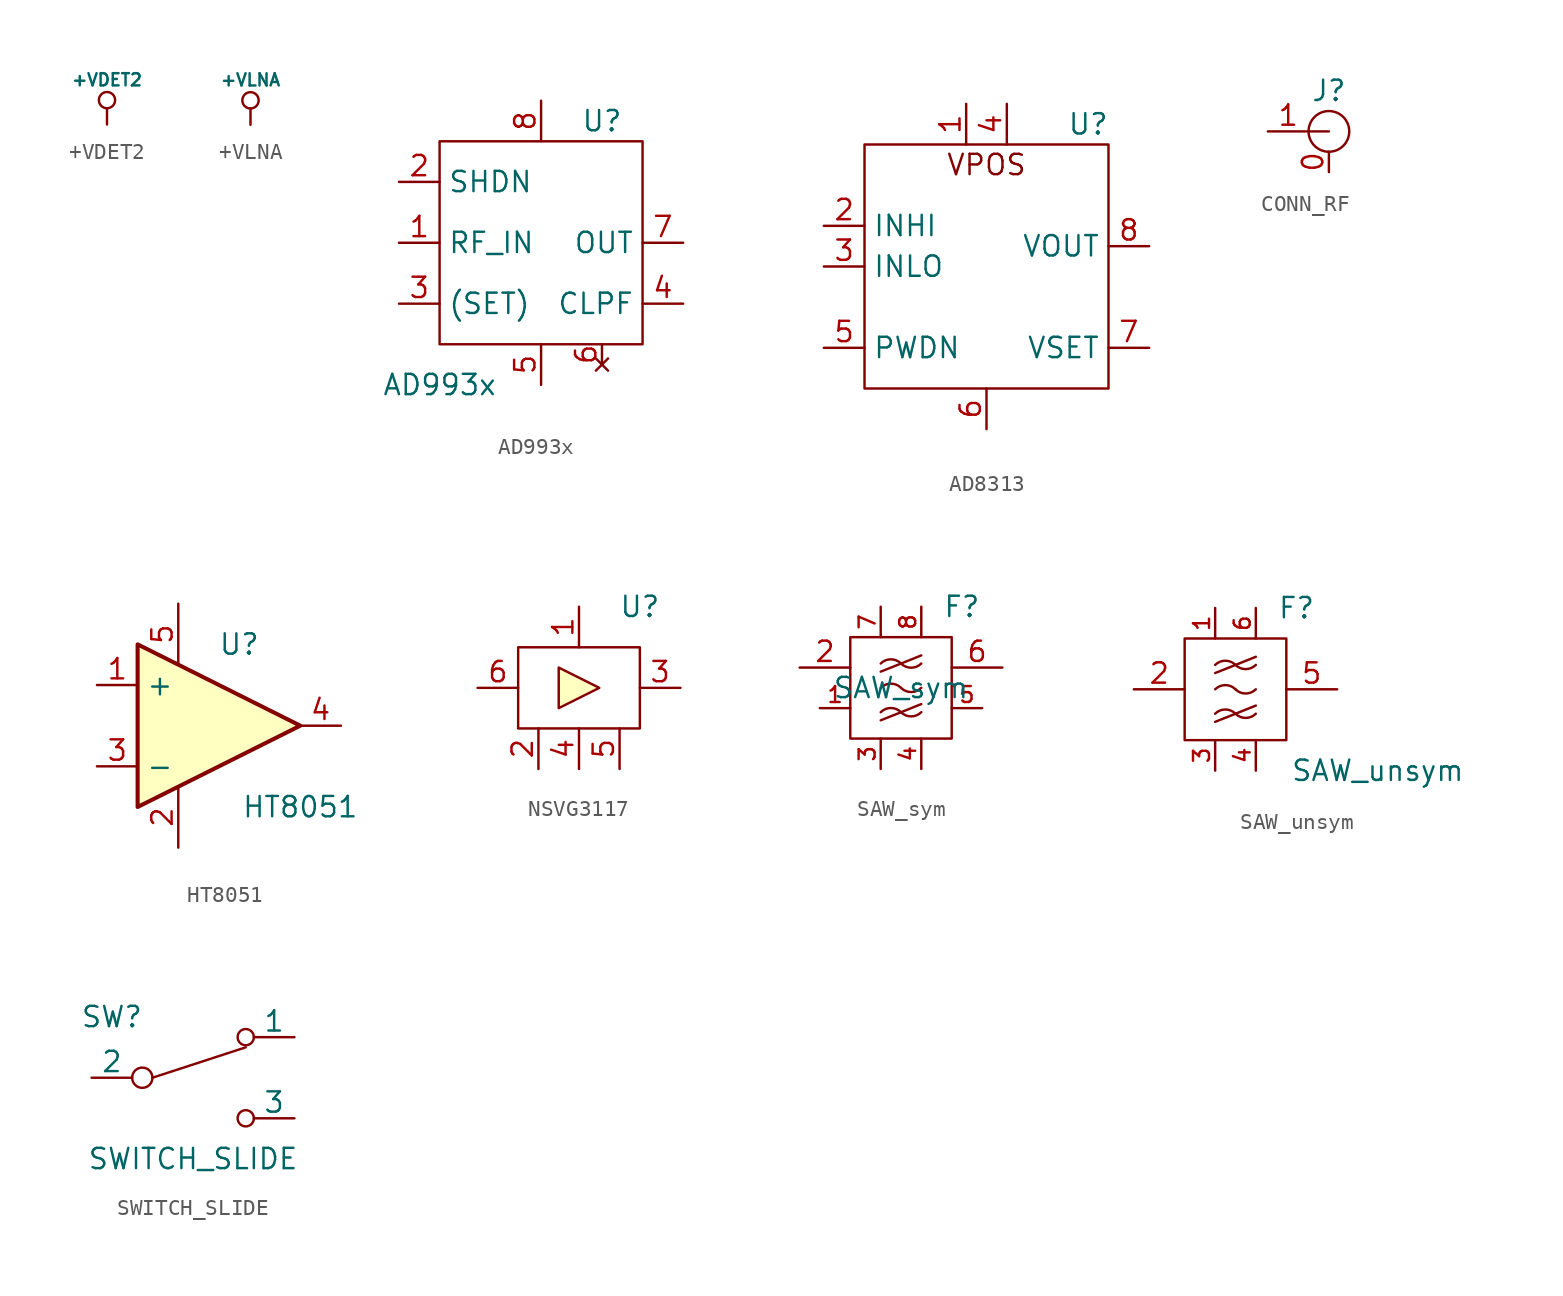
<source format=kicad_sym>
(kicad_symbol_lib
  (version 20220914)
  (generator kicad_symbol_editor)
  (symbol "+VDET2"
    (power)
    (pin_names
      (offset 0))
    (property "Reference" "#PWR"
      (at 0 -1.016 0)
      (effects (font (size 0.762 0.762)) hide))
    (property "Value" "+VDET2"
      (at 0 2.794 0)
      (effects (font (size 0.762 0.762))))
    (property "Footprint" ""
      (at 0 0 0)
      (effects (font (size 1.524 1.524))))
    (property "Datasheet" ""
      (at 0 0 0)
      (effects (font (size 1.524 1.524))))
    (symbol "+VDET2_0_0"
      (pin power_in line (at 0 0 90) (length 0) hide (name "+VDET2" (effects (font (size 0.762 0.762)))) (number "1" (effects (font (size 0.762 0.762))))))
    (symbol "+VDET2_0_1"
      (polyline (pts (xy 0 0) (xy 0 1.016) (xy 0 1.016)) (stroke (width 0) (type default)) (fill (type none)))
      (circle (center 0 1.524) (radius 0.508) (stroke (width 0) (type default)) (fill (type none)))))
  (symbol "+VLNA"
    (power)
    (pin_names
      (offset 0))
    (property "Reference" "#PWR"
      (at 0 -1.016 0)
      (effects (font (size 0.762 0.762)) hide))
    (property "Value" "+VLNA"
      (at 0 2.794 0)
      (effects (font (size 0.762 0.762))))
    (property "Footprint" ""
      (at 0 0 0)
      (effects (font (size 1.524 1.524))))
    (property "Datasheet" ""
      (at 0 0 0)
      (effects (font (size 1.524 1.524))))
    (symbol "+VLNA_0_0"
      (pin power_in line (at 0 0 90) (length 0) hide (name "+VLNA" (effects (font (size 0.762 0.762)))) (number "1" (effects (font (size 0.762 0.762))))))
    (symbol "+VLNA_0_1"
      (polyline (pts (xy 0 0) (xy 0 1.016) (xy 0 1.016)) (stroke (width 0) (type default)) (fill (type none)))
      (circle (center 0 1.524) (radius 0.508) (stroke (width 0) (type default)) (fill (type none)))))
  (symbol "AD993x"
    (property "Reference" "U"
      (at 3.81 7.62 0)
      (effects (font (size 1.27 1.27))))
    (property "Value" "AD993x"
      (at -6.35 -8.89 0)
      (effects (font (size 1.27 1.27))))
    (symbol "AD993x_0_1"
      (rectangle (start -6.35 6.35) (end 6.35 -6.35) (stroke (width 0) (type default)) (fill (type none))))
    (symbol "AD993x_1_1"
      (pin input line (at -8.89 0 0) (length 2.54) (name "RF_IN" (effects (font (size 1.27 1.27)))) (number "1" (effects (font (size 1.27 1.27)))))
      (pin input line (at -8.89 3.81 0) (length 2.54) (name "SHDN" (effects (font (size 1.27 1.27)))) (number "2" (effects (font (size 1.27 1.27)))))
      (pin input line (at -8.89 -3.81 0) (length 2.54) (name "(SET)" (effects (font (size 1.27 1.27)))) (number "3" (effects (font (size 1.27 1.27)))))
      (pin input line (at 8.89 -3.81 180) (length 2.54) (name "CLPF" (effects (font (size 1.27 1.27)))) (number "4" (effects (font (size 1.27 1.27)))))
      (pin power_in line (at 0 -8.89 90) (length 2.54) (name "~" (effects (font (size 1.27 1.27)))) (number "5" (effects (font (size 1.27 1.27)))))
      (pin no_connect line (at 3.81 -7.62 90) (length 1.27) (name "~" (effects (font (size 1.27 1.27)))) (number "6" (effects (font (size 1.27 1.27)))))
      (pin output line (at 8.89 0 180) (length 2.54) (name "OUT" (effects (font (size 1.27 1.27)))) (number "7" (effects (font (size 1.27 1.27)))))
      (pin power_in line (at 0 8.89 270) (length 2.54) (name "~" (effects (font (size 1.27 1.27)))) (number "8" (effects (font (size 1.27 1.27)))))))
  (symbol "AD8313"
    (property "Reference" "U"
      (at 6.35 8.89 0)
      (effects (font (size 1.27 1.27))))
    (property "Value" ""
      (at 0 0 0)
      (effects (font (size 1.27 1.27))))
    (symbol "AD8313_0_1"
      (rectangle (start -7.62 7.62) (end 7.62 -7.62) (stroke (width 0) (type default)) (fill (type none)))
      (text "VPOS" (at 0 6.35 0) (effects (font (size 1.27 1.27)))))
    (symbol "AD8313_1_1"
      (pin power_in line (at -1.27 10.16 270) (length 2.54) (name "~" (effects (font (size 1.27 1.27)))) (number "1" (effects (font (size 1.27 1.27)))))
      (pin input line (at -10.16 2.54 0) (length 2.54) (name "INHI" (effects (font (size 1.27 1.27)))) (number "2" (effects (font (size 1.27 1.27)))))
      (pin input line (at -10.16 0 0) (length 2.54) (name "INLO" (effects (font (size 1.27 1.27)))) (number "3" (effects (font (size 1.27 1.27)))))
      (pin power_in line (at 1.27 10.16 270) (length 2.54) (name "~" (effects (font (size 1.27 1.27)))) (number "4" (effects (font (size 1.27 1.27)))))
      (pin input line (at -10.16 -5.08 0) (length 2.54) (name "PWDN" (effects (font (size 1.27 1.27)))) (number "5" (effects (font (size 1.27 1.27)))))
      (pin power_in line (at 0 -10.16 90) (length 2.54) (name "~" (effects (font (size 1.27 1.27)))) (number "6" (effects (font (size 1.27 1.27)))))
      (pin input line (at 10.16 -5.08 180) (length 2.54) (name "VSET" (effects (font (size 1.27 1.27)))) (number "7" (effects (font (size 1.27 1.27)))))
      (pin output line (at 10.16 1.27 180) (length 2.54) (name "VOUT" (effects (font (size 1.27 1.27)))) (number "8" (effects (font (size 1.27 1.27)))))))
  (symbol "CONN_RF"
    (property "Reference" "J"
      (at 0 2.54 0)
      (effects (font (size 1.27 1.27))))
    (property "Value" ""
      (at 0 0 0)
      (effects (font (size 1.27 1.27))))
    (symbol "CONN_RF_0_1"
      (polyline (pts (xy 0 0) (xy -1.27 0)) (stroke (width 0) (type default)) (fill (type none)))
      (circle (center 0 0) (radius 1.27) (stroke (width 0) (type default)) (fill (type none))))
    (symbol "CONN_RF_1_1"
      (pin passive line (at 0 -2.54 90) (length 1.27) (name "~" (effects (font (size 1.27 1.27)))) (number "0" (effects (font (size 1.27 1.27)))))
      (pin passive line (at -3.81 0 0) (length 2.54) (name "~" (effects (font (size 1.27 1.27)))) (number "1" (effects (font (size 1.27 1.27)))))))
  (symbol "HT8051"
    (property "Reference" "U"
      (at 1.27 5.08 0)
      (effects (font (size 1.27 1.27))))
    (property "Value" "HT8051"
      (at 5.08 -5.08 0)
      (effects (font (size 1.27 1.27))))
    (property "Footprint" ""
      (at -1.27 2.54 0)
      (effects (font (size 1.27 1.27))))
    (property "Datasheet" ""
      (at 1.27 5.08 0)
      (effects (font (size 1.27 1.27))))
    (symbol "HT8051_0_1"
      (polyline (pts (xy -5.08 5.08) (xy 5.08 0) (xy -5.08 -5.08) (xy -5.08 5.08)) (stroke (width 0.254) (type solid)) (fill (type background))))
    (symbol "HT8051_1_1"
      (pin input line (at -7.62 2.54 0) (length 2.54) (name "+" (effects (font (size 1.27 1.27)))) (number "1" (effects (font (size 1.27 1.27)))))
      (pin input line (at -2.54 -7.62 90) (length 3.81) (name "~" (effects (font (size 1.27 1.27)))) (number "2" (effects (font (size 1.27 1.27)))))
      (pin input line (at -7.62 -2.54 0) (length 2.54) (name "-" (effects (font (size 1.27 1.27)))) (number "3" (effects (font (size 1.27 1.27)))))
      (pin output line (at 7.62 0 180) (length 2.54) (name "~" (effects (font (size 1.27 1.27)))) (number "4" (effects (font (size 1.27 1.27)))))
      (pin input line (at -2.54 7.62 270) (length 3.81) (name "~" (effects (font (size 1.27 1.27)))) (number "5" (effects (font (size 1.27 1.27)))))))
  (symbol "NSVG3117"
    (property "Reference" "U"
      (at 3.81 5.08 0)
      (effects (font (size 1.27 1.27))))
    (property "Value" ""
      (at 0 0 0)
      (effects (font (size 1.27 1.27))))
    (symbol "NSVG3117_0_1"
      (rectangle (start -3.81 2.54) (end 3.81 -2.54) (stroke (width 0) (type default)) (fill (type none)))
      (polyline (pts (xy -1.27 -1.27) (xy -1.27 1.27) (xy 1.27 0) (xy -1.27 -1.27)) (stroke (width 0) (type default)) (fill (type background))))
    (symbol "NSVG3117_1_1"
      (pin power_in line (at 0 5.08 270) (length 2.54) (name "~" (effects (font (size 1.27 1.27)))) (number "1" (effects (font (size 1.27 1.27)))))
      (pin power_in line (at -2.54 -5.08 90) (length 2.54) (name "~" (effects (font (size 1.27 1.27)))) (number "2" (effects (font (size 1.27 1.27)))))
      (pin output line (at 6.35 0 180) (length 2.54) (name "~" (effects (font (size 1.27 1.27)))) (number "3" (effects (font (size 1.27 1.27)))))
      (pin power_in line (at 0 -5.08 90) (length 2.54) (name "~" (effects (font (size 1.27 1.27)))) (number "4" (effects (font (size 1.27 1.27)))))
      (pin power_in line (at 2.54 -5.08 90) (length 2.54) (name "~" (effects (font (size 1.27 1.27)))) (number "5" (effects (font (size 1.27 1.27)))))
      (pin input line (at -6.35 0 0) (length 2.54) (name "~" (effects (font (size 1.27 1.27)))) (number "6" (effects (font (size 1.27 1.27)))))))
  (symbol "SAW_sym"
    (property "Reference" "F"
      (at 3.81 5.08 0)
      (effects (font (size 1.27 1.27))))
    (property "Value" "SAW_sym"
      (at 0 0 0)
      (effects (font (size 1.27 1.27))))
    (symbol "SAW_sym_0_1"
      (rectangle (start -3.175 3.175) (end 3.175 -3.175) (stroke (width 0) (type default)) (fill (type none)))
      (arc (start 0 -1.524) (mid -0.635 -1.261) (end -1.27 -1.524) (stroke (width 0) (type default)) (fill (type none)))
      (arc (start 0 -1.524) (mid 0.635 -1.787) (end 1.27 -1.524) (stroke (width 0) (type default)) (fill (type none)))
      (arc (start 0 0) (mid -0.635 0.263) (end -1.27 0) (stroke (width 0) (type default)) (fill (type none)))
      (polyline (pts (xy -1.27 -2.032) (xy 1.27 -1.016)) (stroke (width 0) (type default)) (fill (type none)))
      (polyline (pts (xy -1.27 1.016) (xy 1.27 2.032)) (stroke (width 0) (type default)) (fill (type none)))
      (arc (start 0 0) (mid 0.635 -0.263) (end 1.27 0) (stroke (width 0) (type default)) (fill (type none)))
      (arc (start 0 1.524) (mid -0.635 1.787) (end -1.27 1.524) (stroke (width 0) (type default)) (fill (type none)))
      (arc (start 0 1.524) (mid 0.635 1.261) (end 1.27 1.524) (stroke (width 0) (type default)) (fill (type none))))
    (symbol "SAW_sym_1_1"
      (pin passive line (at -5.08 -1.27 0) (length 1.905) (name "~" (effects (font (size 1.27 1.27)))) (number "1" (effects (font (size 1 1)))))
      (pin input line (at -6.35 1.27 0) (length 3.175) (name "~" (effects (font (size 1.27 1.27)))) (number "2" (effects (font (size 1.27 1.27)))))
      (pin passive line (at -1.27 -5.08 90) (length 1.905) (name "~" (effects (font (size 1.27 1.27)))) (number "3" (effects (font (size 1 1)))))
      (pin passive line (at 1.27 -5.08 90) (length 1.905) (name "~" (effects (font (size 1.27 1.27)))) (number "4" (effects (font (size 1 1)))))
      (pin passive line (at 5.08 -1.27 180) (length 1.905) (name "~" (effects (font (size 1.27 1.27)))) (number "5" (effects (font (size 1 1)))))
      (pin output line (at 6.35 1.27 180) (length 3.175) (name "~" (effects (font (size 1.27 1.27)))) (number "6" (effects (font (size 1.27 1.27)))))
      (pin passive line (at -1.27 5.08 270) (length 1.905) (name "~" (effects (font (size 1.27 1.27)))) (number "7" (effects (font (size 1 1)))))
      (pin passive line (at 1.27 5.08 270) (length 1.905) (name "~" (effects (font (size 1.27 1.27)))) (number "8" (effects (font (size 1 1)))))))
  (symbol "SAW_unsym"
    (property "Reference" "F"
      (at 3.81 5.08 0)
      (effects (font (size 1.27 1.27))))
    (property "Value" "SAW_unsym"
      (at 8.89 -5.08 0)
      (effects (font (size 1.27 1.27))))
    (symbol "SAW_unsym_0_1"
      (rectangle (start -3.175 3.175) (end 3.175 -3.175) (stroke (width 0) (type default)) (fill (type none)))
      (arc (start 0 -1.524) (mid -0.635 -1.261) (end -1.27 -1.524) (stroke (width 0) (type default)) (fill (type none)))
      (arc (start 0 -1.524) (mid 0.635 -1.787) (end 1.27 -1.524) (stroke (width 0) (type default)) (fill (type none)))
      (arc (start 0 0) (mid -0.635 0.263) (end -1.27 0) (stroke (width 0) (type default)) (fill (type none)))
      (polyline (pts (xy -1.27 -2.032) (xy 1.27 -1.016)) (stroke (width 0) (type default)) (fill (type none)))
      (polyline (pts (xy -1.27 1.016) (xy 1.27 2.032)) (stroke (width 0) (type default)) (fill (type none)))
      (arc (start 0 0) (mid 0.635 -0.263) (end 1.27 0) (stroke (width 0) (type default)) (fill (type none)))
      (arc (start 0 1.524) (mid -0.635 1.787) (end -1.27 1.524) (stroke (width 0) (type default)) (fill (type none)))
      (arc (start 0 1.524) (mid 0.635 1.261) (end 1.27 1.524) (stroke (width 0) (type default)) (fill (type none))))
    (symbol "SAW_unsym_1_1"
      (pin passive line (at -1.27 5.08 270) (length 1.905) (name "~" (effects (font (size 1.27 1.27)))) (number "1" (effects (font (size 1 1)))))
      (pin input line (at -6.35 0 0) (length 3.175) (name "~" (effects (font (size 1.27 1.27)))) (number "2" (effects (font (size 1.27 1.27)))))
      (pin passive line (at -1.27 -5.08 90) (length 1.905) (name "~" (effects (font (size 1.27 1.27)))) (number "3" (effects (font (size 1 1)))))
      (pin passive line (at 1.27 -5.08 90) (length 1.905) (name "~" (effects (font (size 1.27 1.27)))) (number "4" (effects (font (size 1 1)))))
      (pin output line (at 6.35 0 180) (length 3.175) (name "~" (effects (font (size 1.27 1.27)))) (number "5" (effects (font (size 1.27 1.27)))))
      (pin passive line (at 1.27 5.08 270) (length 1.905) (name "~" (effects (font (size 1.27 1.27)))) (number "6" (effects (font (size 1 1)))))))
  (symbol "SWITCH_SLIDE"
    (pin_numbers hide)
    (pin_names
      (offset 0))
    (property "Reference" "SW"
      (at -5.08 3.81 0)
      (effects (font (size 1.27 1.27))))
    (property "Value" "SWITCH_SLIDE"
      (at 0 -5.08 0)
      (effects (font (size 1.27 1.27))))
    (property "Footprint" ""
      (at 0 0 0)
      (effects (font (size 1.27 1.27))))
    (property "Datasheet" ""
      (at 0 0 0)
      (effects (font (size 1.27 1.27))))
    (symbol "SWITCH_SLIDE_0_0"
      (circle (center -3.175 0) (radius 0.635) (stroke (width 0) (type solid)) (fill (type none)))
      (circle (center 3.302 -2.54) (radius 0.508) (stroke (width 0) (type solid)) (fill (type none)))
      (circle (center 3.302 2.54) (radius 0.508) (stroke (width 0) (type solid)) (fill (type none))))
    (symbol "SWITCH_SLIDE_0_1"
      (polyline (pts (xy -2.54 0) (xy 3.302 1.905)) (stroke (width 0) (type solid)) (fill (type none))))
    (symbol "SWITCH_SLIDE_1_1"
      (pin passive line (at 6.35 2.54 180) (length 2.54) (name "1" (effects (font (size 1.27 1.27)))) (number "1" (effects (font (size 1.27 1.27)))))
      (pin passive line (at -6.35 0 0) (length 2.54) (name "2" (effects (font (size 1.27 1.27)))) (number "2" (effects (font (size 1.27 1.27)))))
      (pin passive line (at 6.35 -2.54 180) (length 2.54) (name "3" (effects (font (size 1.27 1.27)))) (number "3" (effects (font (size 1.27 1.27))))))))
</source>
